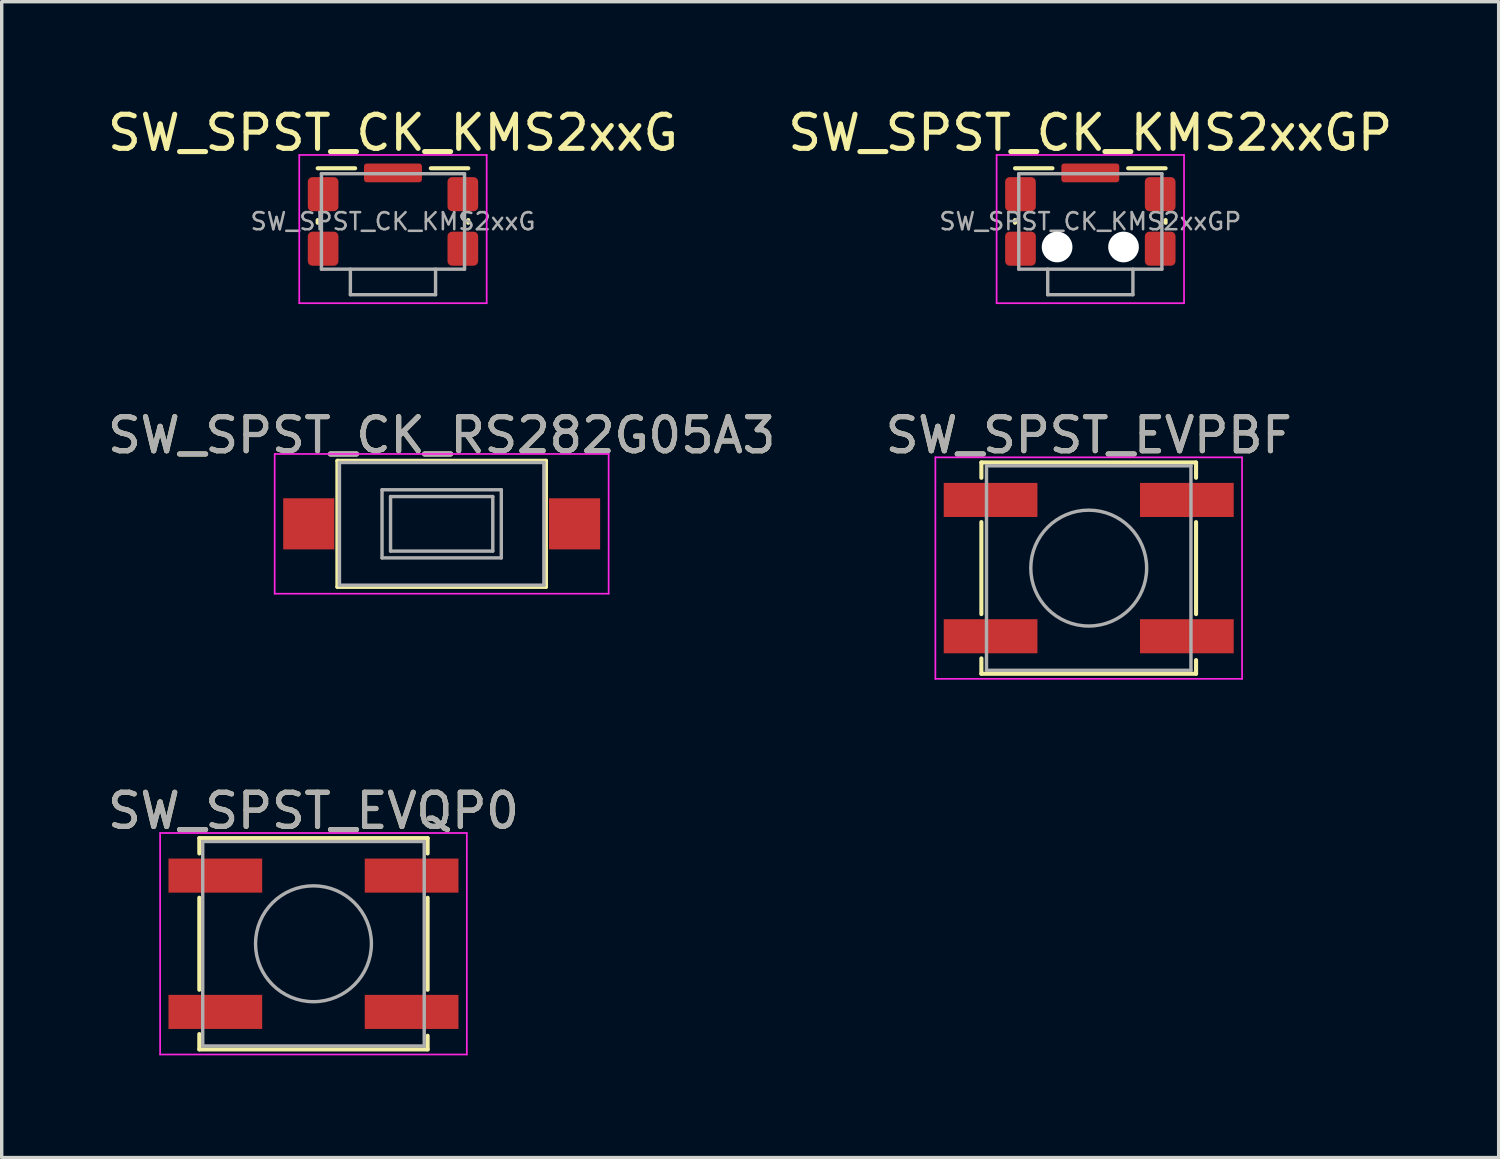
<source format=kicad_pcb>
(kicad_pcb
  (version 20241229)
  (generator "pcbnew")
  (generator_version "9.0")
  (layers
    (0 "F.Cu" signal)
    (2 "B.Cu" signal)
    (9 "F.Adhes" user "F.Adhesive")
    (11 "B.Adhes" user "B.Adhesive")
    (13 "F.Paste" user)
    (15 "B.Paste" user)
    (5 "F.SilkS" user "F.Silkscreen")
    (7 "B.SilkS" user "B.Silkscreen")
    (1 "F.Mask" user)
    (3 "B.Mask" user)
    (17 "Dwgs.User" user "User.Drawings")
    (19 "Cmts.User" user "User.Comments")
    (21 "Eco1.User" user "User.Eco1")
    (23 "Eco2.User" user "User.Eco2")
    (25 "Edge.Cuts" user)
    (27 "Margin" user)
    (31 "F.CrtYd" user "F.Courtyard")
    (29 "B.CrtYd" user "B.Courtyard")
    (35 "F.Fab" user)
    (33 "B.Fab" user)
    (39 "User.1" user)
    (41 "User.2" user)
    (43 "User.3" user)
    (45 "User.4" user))
  (footprint "SW_SPST_CK_RS282G05A3"
    (layer "F.Cu")
    (at 9.911 12.322)
    (property "Reference" "SW_SPST_CK_RS282G05A3" (at 0 -2.6 0) (layer "F.SilkS") (effects (font (size 1 1) (thickness 0.15))))
    (attr smd)
    (fp_line (start -3.06 -1.85) (end 3.06 -1.85) (stroke (width 0.12) (type solid)) (layer "F.SilkS"))
    (fp_line (start -3.06 1.85) (end -3.06 -1.85) (stroke (width 0.12) (type solid)) (layer "F.SilkS"))
    (fp_line (start 3.06 -1.85) (end 3.06 1.85) (stroke (width 0.12) (type solid)) (layer "F.SilkS"))
    (fp_line (start 3.06 1.85) (end -3.06 1.85) (stroke (width 0.12) (type solid)) (layer "F.SilkS"))
    (fp_line (start -4.9 -2.05) (end 4.9 -2.05) (stroke (width 0.05) (type solid)) (layer "F.CrtYd"))
    (fp_line (start -4.9 2.05) (end -4.9 -2.05) (stroke (width 0.05) (type solid)) (layer "F.CrtYd"))
    (fp_line (start 4.9 -2.05) (end 4.9 2.05) (stroke (width 0.05) (type solid)) (layer "F.CrtYd"))
    (fp_line (start 4.9 2.05) (end -4.9 2.05) (stroke (width 0.05) (type solid)) (layer "F.CrtYd"))
    (fp_line (start -3 -1.8) (end -3 1.8) (stroke (width 0.1) (type solid)) (layer "F.Fab"))
    (fp_line (start -3 -1.8) (end 3 -1.8) (stroke (width 0.1) (type solid)) (layer "F.Fab"))
    (fp_line (start -3 1.8) (end 3 1.8) (stroke (width 0.1) (type solid)) (layer "F.Fab"))
    (fp_line (start -1.75 -1) (end 1.75 -1) (stroke (width 0.1) (type solid)) (layer "F.Fab"))
    (fp_line (start -1.75 1) (end -1.75 -1) (stroke (width 0.1) (type solid)) (layer "F.Fab"))
    (fp_line (start -1.5 -0.8) (end -1.5 0.8) (stroke (width 0.1) (type solid)) (layer "F.Fab"))
    (fp_line (start -1.5 -0.8) (end 1.5 -0.8) (stroke (width 0.1) (type solid)) (layer "F.Fab"))
    (fp_line (start -1.5 0.8) (end 1.5 0.8) (stroke (width 0.1) (type solid)) (layer "F.Fab"))
    (fp_line (start 1.5 -0.8) (end 1.5 0.8) (stroke (width 0.1) (type solid)) (layer "F.Fab"))
    (fp_line (start 1.75 -1) (end 1.75 1) (stroke (width 0.1) (type solid)) (layer "F.Fab"))
    (fp_line (start 1.75 1) (end -1.75 1) (stroke (width 0.1) (type solid)) (layer "F.Fab"))
    (fp_line (start 3 -1.8) (end 3 1.8) (stroke (width 0.1) (type solid)) (layer "F.Fab"))
    (fp_text user "${REFERENCE}" (at 0 -2.6 0) (layer "F.Fab") (effects (font (size 1 1) (thickness 0.15))))
    (pad "1" smd rect (at -3.9 0) (size 1.5 1.5) (layers "F.Cu" "F.Mask" "F.Paste"))
    (pad "2" smd rect (at 3.9 0) (size 1.5 1.5) (layers "F.Cu" "F.Mask" "F.Paste")))
  (footprint "SW_SPST_EVPBF"
    (layer "F.Cu")
    (at 28.899 13.621)
    (property "Reference" "SW_SPST_EVPBF" (at 0 -3.9 0) (layer "F.SilkS") (effects (font (size 1 1) (thickness 0.15))))
    (attr smd)
    (fp_line (start -3.15 -3.1) (end 3.15 -3.1) (stroke (width 0.12) (type solid)) (layer "F.SilkS"))
    (fp_line (start -3.15 -2.65) (end -3.15 -3.1) (stroke (width 0.12) (type solid)) (layer "F.SilkS"))
    (fp_line (start -3.15 1.35) (end -3.15 -1.35) (stroke (width 0.12) (type solid)) (layer "F.SilkS"))
    (fp_line (start -3.15 2.65) (end -3.15 3.1) (stroke (width 0.12) (type solid)) (layer "F.SilkS"))
    (fp_line (start -3.15 3.1) (end 3.15 3.1) (stroke (width 0.12) (type solid)) (layer "F.SilkS"))
    (fp_line (start 3.15 -3.1) (end 3.15 -2.65) (stroke (width 0.12) (type solid)) (layer "F.SilkS"))
    (fp_line (start 3.15 -1.35) (end 3.15 1.35) (stroke (width 0.12) (type solid)) (layer "F.SilkS"))
    (fp_line (start 3.15 3.1) (end 3.15 2.7) (stroke (width 0.12) (type solid)) (layer "F.SilkS"))
    (fp_line (start -4.5 -3.25) (end 4.5 -3.25) (stroke (width 0.05) (type solid)) (layer "F.CrtYd"))
    (fp_line (start -4.5 3.25) (end -4.5 -3.25) (stroke (width 0.05) (type solid)) (layer "F.CrtYd"))
    (fp_line (start 4.5 -3.25) (end 4.5 3.25) (stroke (width 0.05) (type solid)) (layer "F.CrtYd"))
    (fp_line (start 4.5 3.25) (end -4.5 3.25) (stroke (width 0.05) (type solid)) (layer "F.CrtYd"))
    (fp_line (start -3 -3) (end 3 -3) (stroke (width 0.1) (type solid)) (layer "F.Fab"))
    (fp_line (start -3 3) (end -3 -3) (stroke (width 0.1) (type solid)) (layer "F.Fab"))
    (fp_line (start 3 -3) (end 3 3) (stroke (width 0.1) (type solid)) (layer "F.Fab"))
    (fp_line (start 3 3) (end -3 3) (stroke (width 0.1) (type solid)) (layer "F.Fab"))
    (fp_circle (center 0 0) (end 1.7 0) (stroke (width 0.1) (type solid)) (fill no) (layer "F.Fab"))
    (fp_text user "${REFERENCE}" (at 0 -3.9 0) (layer "F.Fab") (effects (font (size 1 1) (thickness 0.15))))
    (pad "1" smd rect (at -2.88 -2) (size 2.75 1) (layers "F.Cu" "F.Mask" "F.Paste"))
    (pad "1" smd rect (at 2.88 -2) (size 2.75 1) (layers "F.Cu" "F.Mask" "F.Paste"))
    (pad "2" smd rect (at -2.88 2) (size 2.75 1) (layers "F.Cu" "F.Mask" "F.Paste"))
    (pad "2" smd rect (at 2.88 2) (size 2.75 1) (layers "F.Cu" "F.Mask" "F.Paste")))
  (footprint "SW_SPST_CK_KMS2xxGP"
    (layer "F.Cu")
    (at 28.946 3.448)
    (property "Reference" "SW_SPST_CK_KMS2xxGP" (at 0 -2.6 0) (layer "F.SilkS") (effects (font (size 1 1) (thickness 0.15))))
    (attr smd)
    (fp_line (start -2.21 -1.56) (end -1.11 -1.56) (stroke (width 0.12) (type solid)) (layer "F.SilkS"))
    (fp_line (start -2.21 -0.04) (end -2.21 0.04) (stroke (width 0.12) (type default)) (layer "F.SilkS"))
    (fp_line (start 1.11 -1.56) (end 2.21 -1.56) (stroke (width 0.12) (type solid)) (layer "F.SilkS"))
    (fp_line (start 2.21 -0.04) (end 2.21 0.04) (stroke (width 0.12) (type default)) (layer "F.SilkS"))
    (fp_line (start -2.75 -1.95) (end -2.75 2.4) (stroke (width 0.05) (type default)) (layer "F.CrtYd"))
    (fp_line (start -2.75 -1.95) (end 2.75 -1.95) (stroke (width 0.05) (type default)) (layer "F.CrtYd"))
    (fp_line (start -2.75 2.4) (end 2.75 2.4) (stroke (width 0.05) (type default)) (layer "F.CrtYd"))
    (fp_line (start 2.75 -1.95) (end 2.75 2.4) (stroke (width 0.05) (type default)) (layer "F.CrtYd"))
    (fp_line (start -2.1 -1.4) (end -2.1 1.4) (stroke (width 0.1) (type solid)) (layer "F.Fab"))
    (fp_line (start -2.1 -1.4) (end 2.1 -1.4) (stroke (width 0.1) (type solid)) (layer "F.Fab"))
    (fp_line (start -2.1 1.4) (end 2.1 1.4) (stroke (width 0.1) (type solid)) (layer "F.Fab"))
    (fp_line (start -1.25 1.4) (end -1.25 2.15) (stroke (width 0.1) (type solid)) (layer "F.Fab"))
    (fp_line (start -1.25 2.15) (end 1.25 2.15) (stroke (width 0.1) (type solid)) (layer "F.Fab"))
    (fp_line (start 1.25 1.4) (end 1.25 2.15) (stroke (width 0.1) (type solid)) (layer "F.Fab"))
    (fp_line (start 2.1 -1.4) (end 2.1 1.4) (stroke (width 0.1) (type solid)) (layer "F.Fab"))
    (fp_text user "${REFERENCE}" (at 0 0 0) (layer "F.Fab") (effects (font (size 0.5 0.5) (thickness 0.075))))
    (pad "" np_thru_hole circle (at -0.975 0.75) (size 0.9 0.9) (drill 0.9) (layers "*.Cu" "*.Mask"))
    (pad "" np_thru_hole circle (at 0.975 0.75) (size 0.9 0.9) (drill 0.9) (layers "*.Cu" "*.Mask"))
    (pad "1" smd roundrect (at -2.05 -0.8) (size 0.9 1) (layers "F.Cu" "F.Mask" "F.Paste") (roundrect_rratio 0.15))
    (pad "1" smd roundrect (at 2.05 -0.8) (size 0.9 1) (layers "F.Cu" "F.Mask" "F.Paste") (roundrect_rratio 0.15))
    (pad "2" smd roundrect (at -2.05 0.8) (size 0.9 1) (layers "F.Cu" "F.Mask" "F.Paste") (roundrect_rratio 0.15))
    (pad "2" smd roundrect (at 2.05 0.8) (size 0.9 1) (layers "F.Cu" "F.Mask" "F.Paste") (roundrect_rratio 0.15))
    (pad "SH" smd roundrect (at 0 -1.425) (size 1.7 0.55) (layers "F.Cu" "F.Mask" "F.Paste") (roundrect_rratio 0.15)))
  (footprint "SW_SPST_EVQP0"
    (layer "F.Cu")
    (at 6.149 24.645)
    (property "Reference" "SW_SPST_EVQP0" (at 0 -3.9 0) (layer "F.SilkS") (effects (font (size 1 1) (thickness 0.15))))
    (attr smd)
    (fp_line (start -3.35 -3.1) (end 3.35 -3.1) (stroke (width 0.12) (type solid)) (layer "F.SilkS"))
    (fp_line (start -3.35 -2.65) (end -3.35 -3.1) (stroke (width 0.12) (type solid)) (layer "F.SilkS"))
    (fp_line (start -3.35 1.35) (end -3.35 -1.35) (stroke (width 0.12) (type solid)) (layer "F.SilkS"))
    (fp_line (start -3.35 2.65) (end -3.35 3.1) (stroke (width 0.12) (type solid)) (layer "F.SilkS"))
    (fp_line (start -3.35 3.1) (end 3.35 3.1) (stroke (width 0.12) (type solid)) (layer "F.SilkS"))
    (fp_line (start 3.35 -3.1) (end 3.35 -2.65) (stroke (width 0.12) (type solid)) (layer "F.SilkS"))
    (fp_line (start 3.35 -1.35) (end 3.35 1.35) (stroke (width 0.12) (type solid)) (layer "F.SilkS"))
    (fp_line (start 3.35 3.1) (end 3.35 2.7) (stroke (width 0.12) (type solid)) (layer "F.SilkS"))
    (fp_line (start -4.5 -3.25) (end 4.5 -3.25) (stroke (width 0.05) (type solid)) (layer "F.CrtYd"))
    (fp_line (start -4.5 3.25) (end -4.5 -3.25) (stroke (width 0.05) (type solid)) (layer "F.CrtYd"))
    (fp_line (start 4.5 -3.25) (end 4.5 3.25) (stroke (width 0.05) (type solid)) (layer "F.CrtYd"))
    (fp_line (start 4.5 3.25) (end -4.5 3.25) (stroke (width 0.05) (type solid)) (layer "F.CrtYd"))
    (fp_line (start -3.25 -3) (end 3.25 -3) (stroke (width 0.1) (type solid)) (layer "F.Fab"))
    (fp_line (start -3.25 3) (end -3.25 -3) (stroke (width 0.1) (type solid)) (layer "F.Fab"))
    (fp_line (start 3.25 -3) (end 3.25 3) (stroke (width 0.1) (type solid)) (layer "F.Fab"))
    (fp_line (start 3.25 3) (end -3.25 3) (stroke (width 0.1) (type solid)) (layer "F.Fab"))
    (fp_circle (center 0 0) (end 1.7 0) (stroke (width 0.1) (type solid)) (fill no) (layer "F.Fab"))
    (fp_text user "${REFERENCE}" (at 0 -3.9 0) (layer "F.Fab") (effects (font (size 1 1) (thickness 0.15))))
    (pad "1" smd rect (at -2.88 -2) (size 2.75 1) (layers "F.Cu" "F.Mask" "F.Paste"))
    (pad "1" smd rect (at 2.88 -2) (size 2.75 1) (layers "F.Cu" "F.Mask" "F.Paste"))
    (pad "2" smd rect (at -2.88 2) (size 2.75 1) (layers "F.Cu" "F.Mask" "F.Paste"))
    (pad "2" smd rect (at 2.88 2) (size 2.75 1) (layers "F.Cu" "F.Mask" "F.Paste")))
  (footprint "SW_SPST_CK_KMS2xxG"
    (layer "F.Cu")
    (at 8.482 3.448)
    (property "Reference" "SW_SPST_CK_KMS2xxG" (at 0 -2.6 0) (layer "F.SilkS") (effects (font (size 1 1) (thickness 0.15))))
    (attr smd)
    (fp_line (start -2.21 -1.56) (end -1.11 -1.56) (stroke (width 0.12) (type solid)) (layer "F.SilkS"))
    (fp_line (start -2.21 -0.04) (end -2.21 0.04) (stroke (width 0.12) (type default)) (layer "F.SilkS"))
    (fp_line (start 1.11 -1.56) (end 2.21 -1.56) (stroke (width 0.12) (type solid)) (layer "F.SilkS"))
    (fp_line (start 2.21 -0.04) (end 2.21 0.04) (stroke (width 0.12) (type default)) (layer "F.SilkS"))
    (fp_line (start -2.75 -1.95) (end -2.75 2.4) (stroke (width 0.05) (type default)) (layer "F.CrtYd"))
    (fp_line (start -2.75 -1.95) (end 2.75 -1.95) (stroke (width 0.05) (type default)) (layer "F.CrtYd"))
    (fp_line (start -2.75 2.4) (end 2.75 2.4) (stroke (width 0.05) (type default)) (layer "F.CrtYd"))
    (fp_line (start 2.75 -1.95) (end 2.75 2.4) (stroke (width 0.05) (type default)) (layer "F.CrtYd"))
    (fp_line (start -2.1 -1.4) (end -2.1 1.4) (stroke (width 0.1) (type solid)) (layer "F.Fab"))
    (fp_line (start -2.1 -1.4) (end 2.1 -1.4) (stroke (width 0.1) (type solid)) (layer "F.Fab"))
    (fp_line (start -2.1 1.4) (end 2.1 1.4) (stroke (width 0.1) (type solid)) (layer "F.Fab"))
    (fp_line (start -1.25 1.4) (end -1.25 2.15) (stroke (width 0.1) (type solid)) (layer "F.Fab"))
    (fp_line (start -1.25 2.15) (end 1.25 2.15) (stroke (width 0.1) (type solid)) (layer "F.Fab"))
    (fp_line (start 1.25 1.4) (end 1.25 2.15) (stroke (width 0.1) (type solid)) (layer "F.Fab"))
    (fp_line (start 2.1 -1.4) (end 2.1 1.4) (stroke (width 0.1) (type solid)) (layer "F.Fab"))
    (fp_text user "${REFERENCE}" (at 0 0 0) (layer "F.Fab") (effects (font (size 0.5 0.5) (thickness 0.075))))
    (pad "1" smd roundrect (at -2.05 -0.8) (size 0.9 1) (layers "F.Cu" "F.Mask" "F.Paste") (roundrect_rratio 0.15))
    (pad "1" smd roundrect (at 2.05 -0.8) (size 0.9 1) (layers "F.Cu" "F.Mask" "F.Paste") (roundrect_rratio 0.15))
    (pad "2" smd roundrect (at -2.05 0.8) (size 0.9 1) (layers "F.Cu" "F.Mask" "F.Paste") (roundrect_rratio 0.15))
    (pad "2" smd roundrect (at 2.05 0.8) (size 0.9 1) (layers "F.Cu" "F.Mask" "F.Paste") (roundrect_rratio 0.15))
    (pad "SH" smd roundrect (at 0 -1.425) (size 1.7 0.55) (layers "F.Cu" "F.Mask" "F.Paste") (roundrect_rratio 0.15)))
  (gr_rect
    (start -3 -3)
    (end 40.929 30.92)
    (stroke (width 0.1) (type default))
    (fill no)
    (layer "Edge.Cuts")))
</source>
